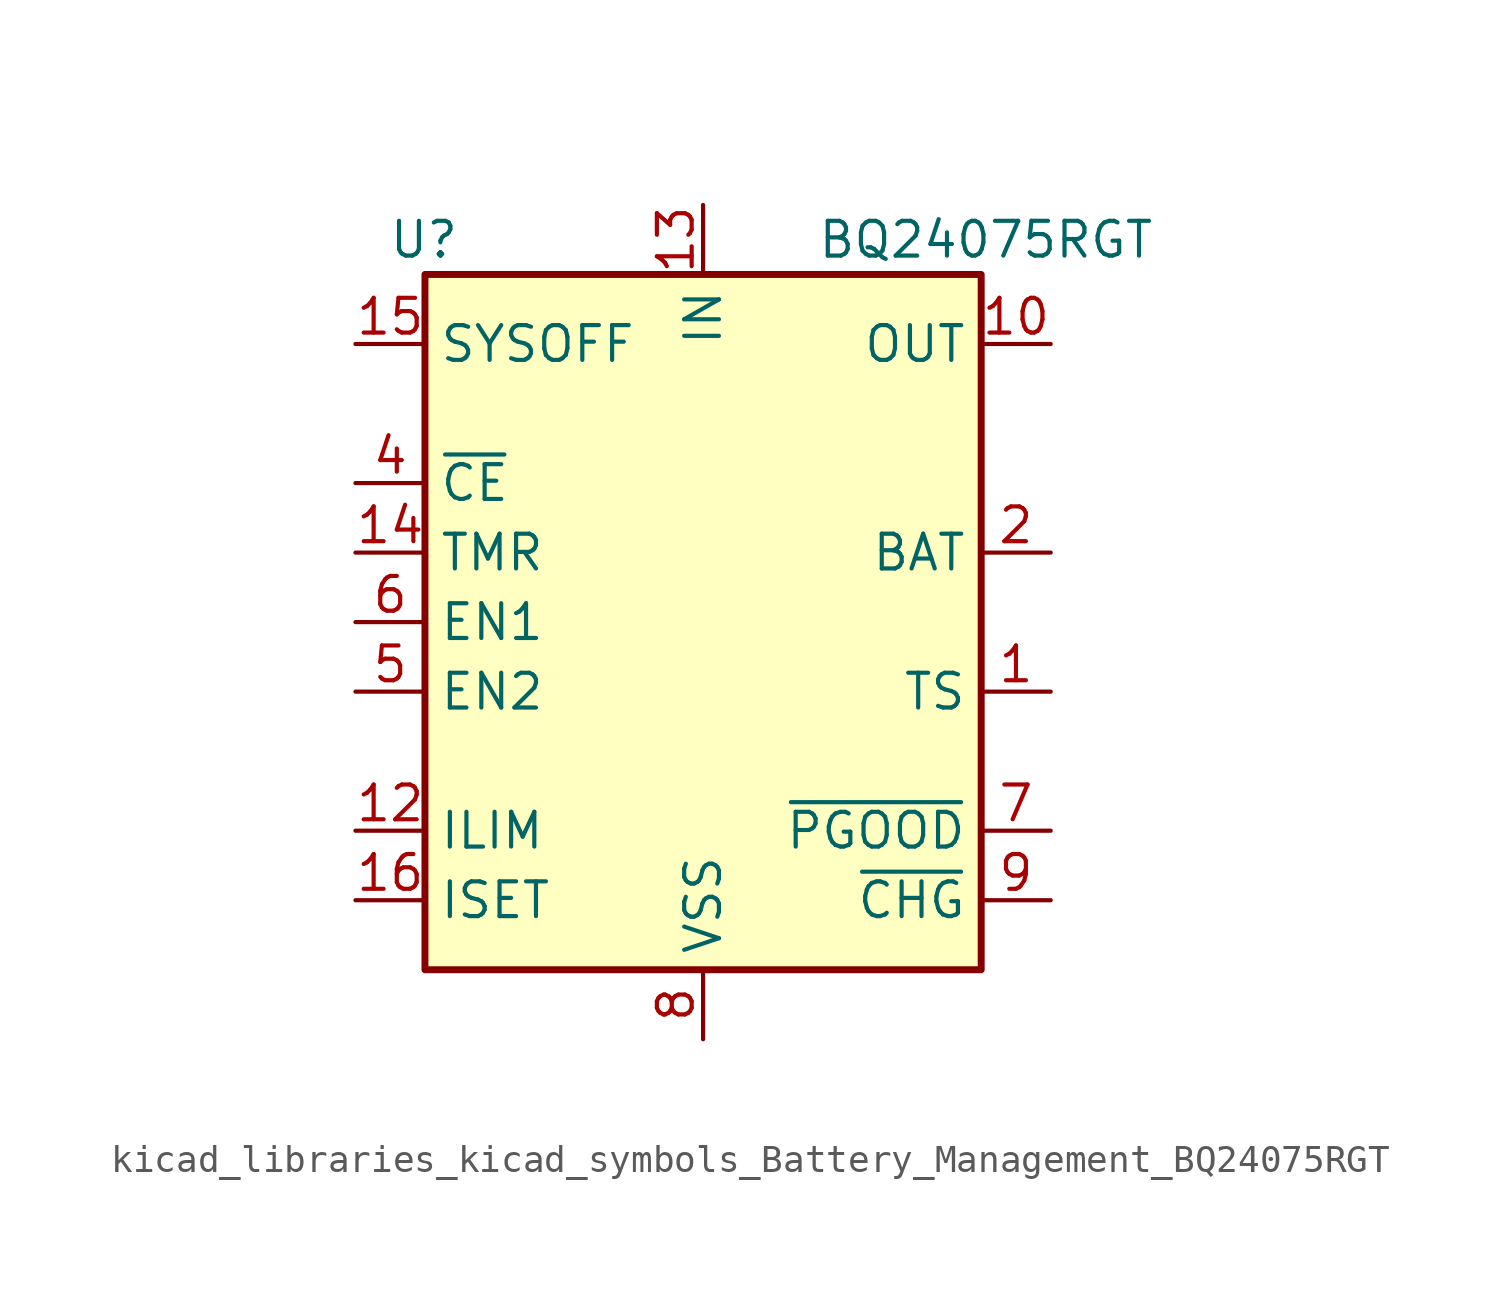
<source format=kicad_sym>
(kicad_symbol_lib
  (version 20220914)
  (generator kicad_symbol_editor)
  (symbol "kicad_libraries_kicad_symbols_Battery_Management_BQ24075RGT"
    (property "Reference" "U"
      (at -8.89 13.97 0)
      (effects (font (size 1.27 1.27)) (justify right)))
    (property "Value" "BQ24075RGT"
      (at 16.51 13.97 0)
      (effects (font (size 1.27 1.27)) (justify right)))
    (symbol "kicad_libraries_kicad_symbols_Battery_Management_BQ24075RGT_0_1"
      (rectangle (start -10.16 12.7) (end 10.16 -12.7) (stroke (width 0.254) (type default)) (fill (type background))))
    (symbol "kicad_libraries_kicad_symbols_Battery_Management_BQ24075RGT_1_1"
      (pin passive line (at 12.7 -2.54 180) (length 2.54) (name "TS" (effects (font (size 1.27 1.27)))) (number "1" (effects (font (size 1.27 1.27)))))
      (pin power_out line (at 12.7 10.16 180) (length 2.54) (name "OUT" (effects (font (size 1.27 1.27)))) (number "10" (effects (font (size 1.27 1.27)))))
      (pin passive line (at 12.7 10.16 180) (length 2.54) hide (name "OUT" (effects (font (size 1.27 1.27)))) (number "11" (effects (font (size 1.27 1.27)))))
      (pin passive line (at -12.7 -7.62 0) (length 2.54) (name "ILIM" (effects (font (size 1.27 1.27)))) (number "12" (effects (font (size 1.27 1.27)))))
      (pin power_in line (at 0 15.24 270) (length 2.54) (name "IN" (effects (font (size 1.27 1.27)))) (number "13" (effects (font (size 1.27 1.27)))))
      (pin input line (at -12.7 2.54 0) (length 2.54) (name "TMR" (effects (font (size 1.27 1.27)))) (number "14" (effects (font (size 1.27 1.27)))))
      (pin input line (at -12.7 10.16 0) (length 2.54) (name "SYSOFF" (effects (font (size 1.27 1.27)))) (number "15" (effects (font (size 1.27 1.27)))))
      (pin passive line (at -12.7 -10.16 0) (length 2.54) (name "ISET" (effects (font (size 1.27 1.27)))) (number "16" (effects (font (size 1.27 1.27)))))
      (pin passive line (at 0 -15.24 90) (length 2.54) hide (name "VSS" (effects (font (size 1.27 1.27)))) (number "17" (effects (font (size 1.27 1.27)))))
      (pin power_out line (at 12.7 2.54 180) (length 2.54) (name "BAT" (effects (font (size 1.27 1.27)))) (number "2" (effects (font (size 1.27 1.27)))))
      (pin passive line (at 12.7 2.54 180) (length 2.54) hide (name "BAT" (effects (font (size 1.27 1.27)))) (number "3" (effects (font (size 1.27 1.27)))))
      (pin input line (at -12.7 5.08 0) (length 2.54) (name "~{CE}" (effects (font (size 1.27 1.27)))) (number "4" (effects (font (size 1.27 1.27)))))
      (pin input line (at -12.7 -2.54 0) (length 2.54) (name "EN2" (effects (font (size 1.27 1.27)))) (number "5" (effects (font (size 1.27 1.27)))))
      (pin input line (at -12.7 0 0) (length 2.54) (name "EN1" (effects (font (size 1.27 1.27)))) (number "6" (effects (font (size 1.27 1.27)))))
      (pin open_collector line (at 12.7 -7.62 180) (length 2.54) (name "~{PGOOD}" (effects (font (size 1.27 1.27)))) (number "7" (effects (font (size 1.27 1.27)))))
      (pin power_in line (at 0 -15.24 90) (length 2.54) (name "VSS" (effects (font (size 1.27 1.27)))) (number "8" (effects (font (size 1.27 1.27)))))
      (pin open_collector line (at 12.7 -10.16 180) (length 2.54) (name "~{CHG}" (effects (font (size 1.27 1.27)))) (number "9" (effects (font (size 1.27 1.27))))))))
</source>
